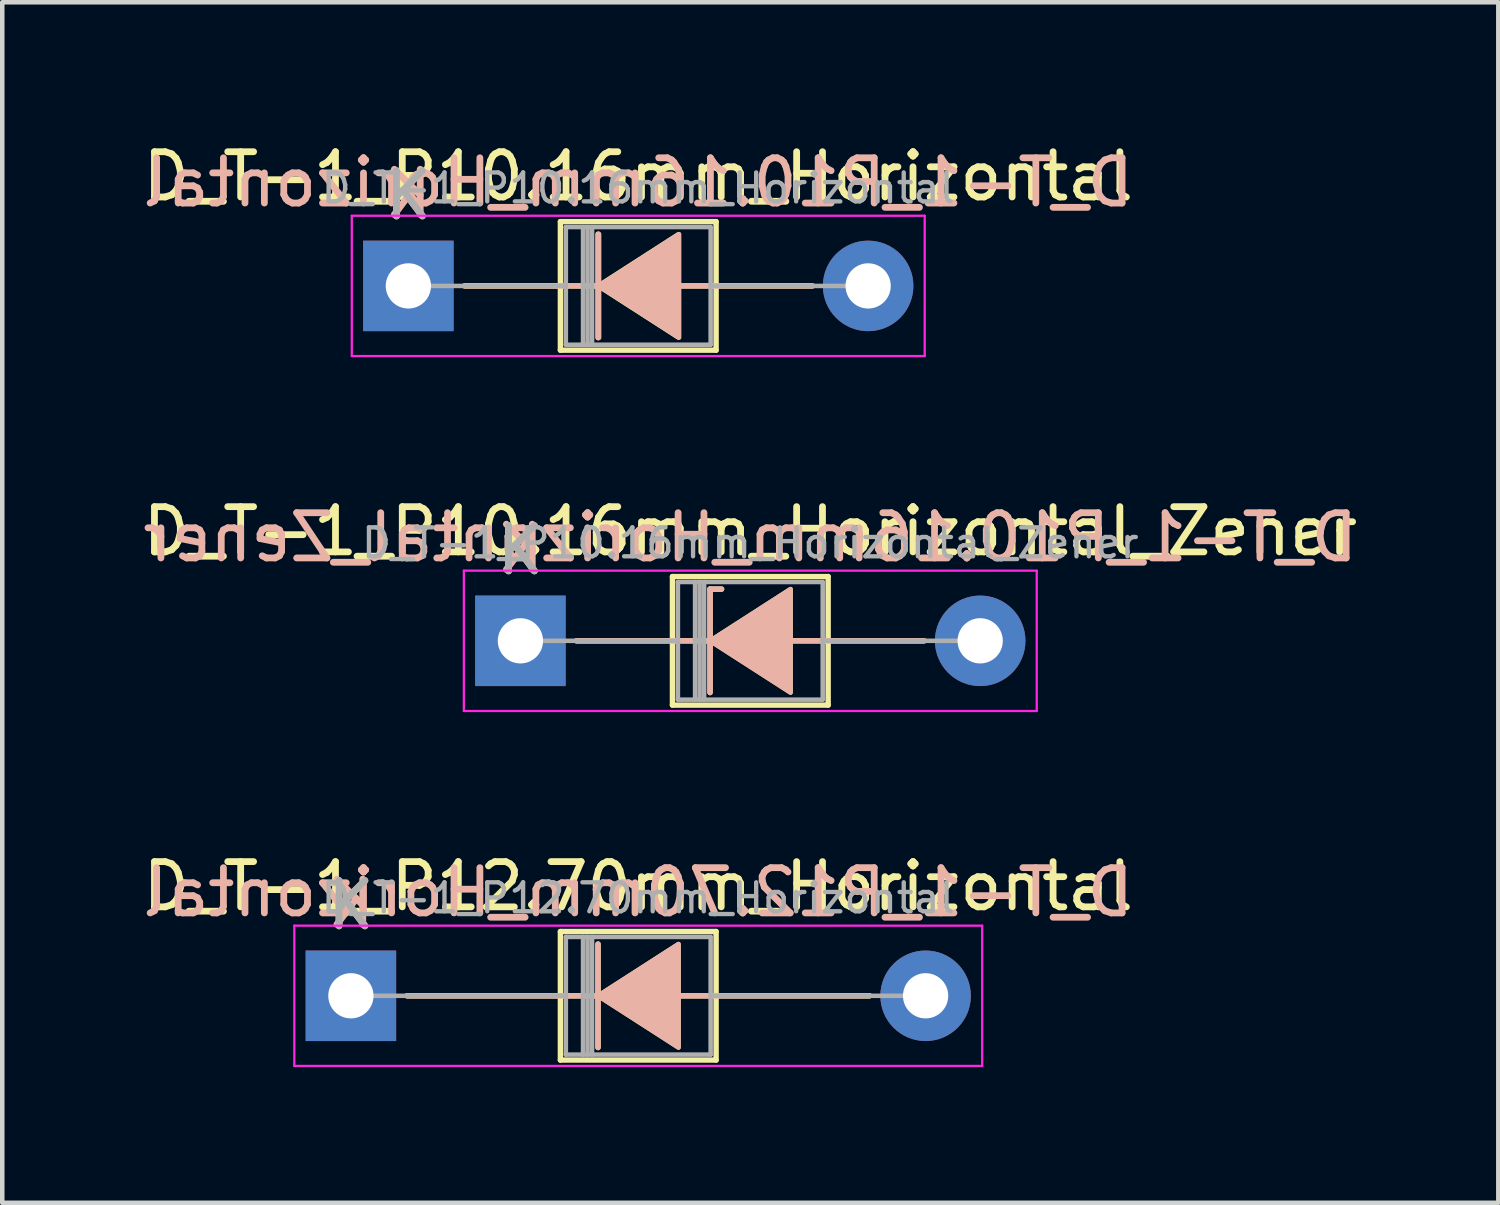
<source format=kicad_pcb>
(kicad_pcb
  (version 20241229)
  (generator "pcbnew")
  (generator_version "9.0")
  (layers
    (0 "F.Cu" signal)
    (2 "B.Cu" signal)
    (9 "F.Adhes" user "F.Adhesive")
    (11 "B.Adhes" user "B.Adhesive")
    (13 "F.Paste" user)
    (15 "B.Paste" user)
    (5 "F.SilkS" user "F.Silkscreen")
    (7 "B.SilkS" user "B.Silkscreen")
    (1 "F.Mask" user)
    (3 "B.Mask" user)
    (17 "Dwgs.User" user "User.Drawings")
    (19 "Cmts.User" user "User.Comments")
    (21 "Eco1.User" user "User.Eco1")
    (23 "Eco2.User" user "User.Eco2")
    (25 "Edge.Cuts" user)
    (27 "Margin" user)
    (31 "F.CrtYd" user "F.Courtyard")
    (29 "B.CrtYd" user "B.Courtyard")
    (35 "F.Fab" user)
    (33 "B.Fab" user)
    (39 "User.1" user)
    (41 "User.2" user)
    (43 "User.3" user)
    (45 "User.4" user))
  (footprint "D_T-1_P10.16mm_Horizontal"
    (layer "F.Cu")
    (at 5.974 3.268)
    (property "Reference" "D_T-1_P10.16mm_Horizontal" (at 5.08 -2.42 0) (layer "F.SilkS") (effects (font (size 1 1) (thickness 0.15))))
    (fp_line (start 1.24 0) (end 3.36 0) (stroke (width 0.12) (type solid)) (layer "F.SilkS"))
    (fp_line (start 3.36 -1.42) (end 3.36 1.42) (stroke (width 0.12) (type solid)) (layer "F.SilkS"))
    (fp_line (start 3.36 1.42) (end 6.8 1.42) (stroke (width 0.12) (type solid)) (layer "F.SilkS"))
    (fp_line (start 4.191 -1.143) (end 4.191 1.143) (stroke (width 0.12) (type solid)) (layer "F.SilkS"))
    (fp_line (start 4.318 0) (end 3.36 0) (stroke (width 0.12) (type solid)) (layer "F.SilkS"))
    (fp_line (start 5.969 0) (end 6.8 0) (stroke (width 0.12) (type solid)) (layer "F.SilkS"))
    (fp_line (start 6.8 -1.42) (end 3.36 -1.42) (stroke (width 0.12) (type solid)) (layer "F.SilkS"))
    (fp_line (start 6.8 1.42) (end 6.8 -1.42) (stroke (width 0.12) (type solid)) (layer "F.SilkS"))
    (fp_line (start 8.92 0) (end 6.8 0) (stroke (width 0.12) (type solid)) (layer "F.SilkS"))
    (fp_poly (pts (xy 5.969 1.143) (xy 4.191 0) (xy 5.969 -1.143)) (stroke (width 0.1) (type solid)) (fill yes) (layer "F.SilkS"))
    (fp_line (start 1.254 0) (end 3.374 0) (stroke (width 0.12) (type solid)) (layer "B.SilkS"))
    (fp_line (start 4.205 1.143) (end 4.205 -1.143) (stroke (width 0.12) (type solid)) (layer "B.SilkS"))
    (fp_line (start 4.332 0) (end 3.374 0) (stroke (width 0.12) (type solid)) (layer "B.SilkS"))
    (fp_line (start 5.983 0) (end 6.814 0) (stroke (width 0.12) (type solid)) (layer "B.SilkS"))
    (fp_line (start 8.934 0) (end 6.814 0) (stroke (width 0.12) (type solid)) (layer "B.SilkS"))
    (fp_poly (pts (xy 5.983 -1.143) (xy 4.205 0) (xy 5.983 1.143)) (stroke (width 0.1) (type solid)) (fill yes) (layer "B.SilkS"))
    (fp_line (start -1.25 -1.55) (end -1.25 1.55) (stroke (width 0.05) (type solid)) (layer "F.CrtYd"))
    (fp_line (start -1.25 1.55) (end 11.41 1.55) (stroke (width 0.05) (type solid)) (layer "F.CrtYd"))
    (fp_line (start 11.41 -1.55) (end -1.25 -1.55) (stroke (width 0.05) (type solid)) (layer "F.CrtYd"))
    (fp_line (start 11.41 1.55) (end 11.41 -1.55) (stroke (width 0.05) (type solid)) (layer "F.CrtYd"))
    (fp_line (start 0 0) (end 3.48 0) (stroke (width 0.1) (type solid)) (layer "F.Fab"))
    (fp_line (start 3.48 -1.3) (end 3.48 1.3) (stroke (width 0.1) (type solid)) (layer "F.Fab"))
    (fp_line (start 3.48 1.3) (end 6.68 1.3) (stroke (width 0.1) (type solid)) (layer "F.Fab"))
    (fp_line (start 3.86 -1.3) (end 3.86 1.3) (stroke (width 0.1) (type solid)) (layer "F.Fab"))
    (fp_line (start 3.96 -1.3) (end 3.96 1.3) (stroke (width 0.1) (type solid)) (layer "F.Fab"))
    (fp_line (start 4.06 -1.3) (end 4.06 1.3) (stroke (width 0.1) (type solid)) (layer "F.Fab"))
    (fp_line (start 6.68 -1.3) (end 3.48 -1.3) (stroke (width 0.1) (type solid)) (layer "F.Fab"))
    (fp_line (start 6.68 1.3) (end 6.68 -1.3) (stroke (width 0.1) (type solid)) (layer "F.Fab"))
    (fp_line (start 10.16 0) (end 6.68 0) (stroke (width 0.1) (type solid)) (layer "F.Fab"))
    (fp_text user "K" (at 0 -2 0) (layer "F.SilkS") (effects (font (size 1 1) (thickness 0.15))))
    (fp_text user "K" (at 0 -2.032 0) (layer "B.SilkS") (effects (font (size 1 1) (thickness 0.15)) (justify mirror)))
    (fp_text user "${REFERENCE}" (at 5.08 -2.286 0) (layer "B.SilkS") (effects (font (size 1 1) (thickness 0.15)) (justify mirror)))
    (fp_text user "K" (at 0 -2 0) (layer "F.Fab") (effects (font (size 1 1) (thickness 0.15))))
    (fp_text user "${REFERENCE}" (at 5.08 -2.159 0) (layer "F.Fab") (effects (font (size 0.64 0.64) (thickness 0.096))))
    (pad "1" thru_hole rect (at 0 0) (size 2 2) (drill 1) (layers "*.Cu" "*.Mask"))
    (pad "2" thru_hole oval (at 10.16 0) (size 2 2) (drill 1) (layers "*.Cu" "*.Mask")))
  (footprint "D_T-1_P12.70mm_Horizontal"
    (layer "F.Cu")
    (at 4.704 18.955)
    (property "Reference" "D_T-1_P12.70mm_Horizontal" (at 6.35 -2.42 0) (layer "F.SilkS") (effects (font (size 1 1) (thickness 0.15))))
    (fp_line (start 1.24 0) (end 4.63 0) (stroke (width 0.12) (type solid)) (layer "F.SilkS"))
    (fp_line (start 4.63 -1.42) (end 4.63 1.42) (stroke (width 0.12) (type solid)) (layer "F.SilkS"))
    (fp_line (start 4.63 1.42) (end 8.07 1.42) (stroke (width 0.12) (type solid)) (layer "F.SilkS"))
    (fp_line (start 5.461 -1.143) (end 5.461 1.143) (stroke (width 0.12) (type solid)) (layer "F.SilkS"))
    (fp_line (start 5.588 0) (end 4.63 0) (stroke (width 0.12) (type solid)) (layer "F.SilkS"))
    (fp_line (start 7.239 0) (end 8.07 0) (stroke (width 0.12) (type solid)) (layer "F.SilkS"))
    (fp_line (start 8.07 -1.42) (end 4.63 -1.42) (stroke (width 0.12) (type solid)) (layer "F.SilkS"))
    (fp_line (start 8.07 1.42) (end 8.07 -1.42) (stroke (width 0.12) (type solid)) (layer "F.SilkS"))
    (fp_line (start 11.46 0) (end 8.07 0) (stroke (width 0.12) (type solid)) (layer "F.SilkS"))
    (fp_poly (pts (xy 7.239 1.143) (xy 5.461 0) (xy 7.239 -1.143)) (stroke (width 0.1) (type solid)) (fill yes) (layer "F.SilkS"))
    (fp_line (start 1.24 0) (end 4.63 0) (stroke (width 0.12) (type solid)) (layer "B.SilkS"))
    (fp_line (start 5.461 1.143) (end 5.461 -1.143) (stroke (width 0.12) (type solid)) (layer "B.SilkS"))
    (fp_line (start 5.588 0) (end 4.63 0) (stroke (width 0.12) (type solid)) (layer "B.SilkS"))
    (fp_line (start 7.239 0) (end 8.07 0) (stroke (width 0.12) (type solid)) (layer "B.SilkS"))
    (fp_line (start 11.46 0) (end 8.07 0) (stroke (width 0.12) (type solid)) (layer "B.SilkS"))
    (fp_poly (pts (xy 7.239 -1.143) (xy 5.461 0) (xy 7.239 1.143)) (stroke (width 0.1) (type solid)) (fill yes) (layer "B.SilkS"))
    (fp_line (start -1.25 -1.55) (end -1.25 1.55) (stroke (width 0.05) (type solid)) (layer "F.CrtYd"))
    (fp_line (start -1.25 1.55) (end 13.95 1.55) (stroke (width 0.05) (type solid)) (layer "F.CrtYd"))
    (fp_line (start 13.95 -1.55) (end -1.25 -1.55) (stroke (width 0.05) (type solid)) (layer "F.CrtYd"))
    (fp_line (start 13.95 1.55) (end 13.95 -1.55) (stroke (width 0.05) (type solid)) (layer "F.CrtYd"))
    (fp_line (start 0 0) (end 4.75 0) (stroke (width 0.1) (type solid)) (layer "F.Fab"))
    (fp_line (start 4.75 -1.3) (end 4.75 1.3) (stroke (width 0.1) (type solid)) (layer "F.Fab"))
    (fp_line (start 4.75 1.3) (end 7.95 1.3) (stroke (width 0.1) (type solid)) (layer "F.Fab"))
    (fp_line (start 5.13 -1.3) (end 5.13 1.3) (stroke (width 0.1) (type solid)) (layer "F.Fab"))
    (fp_line (start 5.23 -1.3) (end 5.23 1.3) (stroke (width 0.1) (type solid)) (layer "F.Fab"))
    (fp_line (start 5.33 -1.3) (end 5.33 1.3) (stroke (width 0.1) (type solid)) (layer "F.Fab"))
    (fp_line (start 7.95 -1.3) (end 4.75 -1.3) (stroke (width 0.1) (type solid)) (layer "F.Fab"))
    (fp_line (start 7.95 1.3) (end 7.95 -1.3) (stroke (width 0.1) (type solid)) (layer "F.Fab"))
    (fp_line (start 12.7 0) (end 7.95 0) (stroke (width 0.1) (type solid)) (layer "F.Fab"))
    (fp_text user "K" (at 0 -2 0) (layer "F.SilkS") (effects (font (size 1 1) (thickness 0.15))))
    (fp_text user "K" (at 0 -2.032 0) (layer "B.SilkS") (effects (font (size 1 1) (thickness 0.15)) (justify mirror)))
    (fp_text user "${REFERENCE}" (at 6.35 -2.286 0) (layer "B.SilkS") (effects (font (size 1 1) (thickness 0.15)) (justify mirror)))
    (fp_text user "K" (at 0 -2 0) (layer "F.Fab") (effects (font (size 1 1) (thickness 0.15))))
    (fp_text user "${REFERENCE}" (at 6.35 -2.159 0) (layer "F.Fab") (effects (font (size 0.64 0.64) (thickness 0.096))))
    (pad "1" thru_hole rect (at 0 0) (size 2 2) (drill 1) (layers "*.Cu" "*.Mask"))
    (pad "2" thru_hole oval (at 12.7 0) (size 2 2) (drill 1) (layers "*.Cu" "*.Mask")))
  (footprint "D_T-1_P10.16mm_Horizontal_Zener"
    (layer "F.Cu")
    (at 8.45 11.111)
    (property "Reference" "D_T-1_P10.16mm_Horizontal_Zener" (at 5.08 -2.42 0) (layer "F.SilkS") (effects (font (size 1 1) (thickness 0.15))))
    (fp_line (start 1.24 0) (end 3.36 0) (stroke (width 0.12) (type solid)) (layer "F.SilkS"))
    (fp_line (start 3.36 -1.42) (end 3.36 1.42) (stroke (width 0.12) (type solid)) (layer "F.SilkS"))
    (fp_line (start 3.36 1.42) (end 6.8 1.42) (stroke (width 0.12) (type solid)) (layer "F.SilkS"))
    (fp_line (start 4.191 -1.143) (end 4.191 1.143) (stroke (width 0.12) (type solid)) (layer "F.SilkS"))
    (fp_line (start 4.191 -1.143) (end 4.445 -1.143) (stroke (width 0.12) (type solid)) (layer "F.SilkS"))
    (fp_line (start 4.318 0) (end 3.36 0) (stroke (width 0.12) (type solid)) (layer "F.SilkS"))
    (fp_line (start 5.969 0) (end 6.8 0) (stroke (width 0.12) (type solid)) (layer "F.SilkS"))
    (fp_line (start 6.8 -1.42) (end 3.36 -1.42) (stroke (width 0.12) (type solid)) (layer "F.SilkS"))
    (fp_line (start 6.8 1.42) (end 6.8 -1.42) (stroke (width 0.12) (type solid)) (layer "F.SilkS"))
    (fp_line (start 8.92 0) (end 6.8 0) (stroke (width 0.12) (type solid)) (layer "F.SilkS"))
    (fp_poly (pts (xy 5.969 1.143) (xy 4.191 0) (xy 5.969 -1.143)) (stroke (width 0.1) (type solid)) (fill yes) (layer "F.SilkS"))
    (fp_line (start 1.24 0) (end 3.36 0) (stroke (width 0.12) (type solid)) (layer "B.SilkS"))
    (fp_line (start 4.191 -1.143) (end 4.445 -1.143) (stroke (width 0.12) (type solid)) (layer "B.SilkS"))
    (fp_line (start 4.191 1.143) (end 4.191 -1.143) (stroke (width 0.12) (type solid)) (layer "B.SilkS"))
    (fp_line (start 4.318 0) (end 3.36 0) (stroke (width 0.12) (type solid)) (layer "B.SilkS"))
    (fp_line (start 5.969 0) (end 6.8 0) (stroke (width 0.12) (type solid)) (layer "B.SilkS"))
    (fp_line (start 8.92 0) (end 6.8 0) (stroke (width 0.12) (type solid)) (layer "B.SilkS"))
    (fp_poly (pts (xy 5.969 -1.143) (xy 4.191 0) (xy 5.969 1.143)) (stroke (width 0.1) (type solid)) (fill yes) (layer "B.SilkS"))
    (fp_line (start -1.25 -1.55) (end -1.25 1.55) (stroke (width 0.05) (type solid)) (layer "F.CrtYd"))
    (fp_line (start -1.25 1.55) (end 11.41 1.55) (stroke (width 0.05) (type solid)) (layer "F.CrtYd"))
    (fp_line (start 11.41 -1.55) (end -1.25 -1.55) (stroke (width 0.05) (type solid)) (layer "F.CrtYd"))
    (fp_line (start 11.41 1.55) (end 11.41 -1.55) (stroke (width 0.05) (type solid)) (layer "F.CrtYd"))
    (fp_line (start 0 0) (end 3.48 0) (stroke (width 0.1) (type solid)) (layer "F.Fab"))
    (fp_line (start 3.48 -1.3) (end 3.48 1.3) (stroke (width 0.1) (type solid)) (layer "F.Fab"))
    (fp_line (start 3.48 1.3) (end 6.68 1.3) (stroke (width 0.1) (type solid)) (layer "F.Fab"))
    (fp_line (start 3.86 -1.3) (end 3.86 1.3) (stroke (width 0.1) (type solid)) (layer "F.Fab"))
    (fp_line (start 3.96 -1.3) (end 3.96 1.3) (stroke (width 0.1) (type solid)) (layer "F.Fab"))
    (fp_line (start 4.06 -1.3) (end 4.06 1.3) (stroke (width 0.1) (type solid)) (layer "F.Fab"))
    (fp_line (start 6.68 -1.3) (end 3.48 -1.3) (stroke (width 0.1) (type solid)) (layer "F.Fab"))
    (fp_line (start 6.68 1.3) (end 6.68 -1.3) (stroke (width 0.1) (type solid)) (layer "F.Fab"))
    (fp_line (start 10.16 0) (end 6.68 0) (stroke (width 0.1) (type solid)) (layer "F.Fab"))
    (fp_text user "K" (at 0 -2 0) (layer "F.SilkS") (effects (font (size 1 1) (thickness 0.15))))
    (fp_text user "${REFERENCE}" (at 5.08 -2.286 0) (layer "B.SilkS") (effects (font (size 1 1) (thickness 0.15)) (justify mirror)))
    (fp_text user "K" (at 0 -2.032 0) (layer "B.SilkS") (effects (font (size 1 1) (thickness 0.15)) (justify mirror)))
    (fp_text user "${REFERENCE}" (at 5.08 -2.159 0) (layer "F.Fab") (effects (font (size 0.64 0.64) (thickness 0.096))))
    (fp_text user "K" (at 0 -2 0) (layer "F.Fab") (effects (font (size 1 1) (thickness 0.15))))
    (pad "1" thru_hole rect (at 0 0) (size 2 2) (drill 1) (layers "*.Cu" "*.Mask"))
    (pad "2" thru_hole oval (at 10.16 0) (size 2 2) (drill 1) (layers "*.Cu" "*.Mask")))
  (gr_rect
    (start -3 -3)
    (end 30.06 23.53)
    (stroke (width 0.1) (type default))
    (fill no)
    (layer "Edge.Cuts")))
</source>
